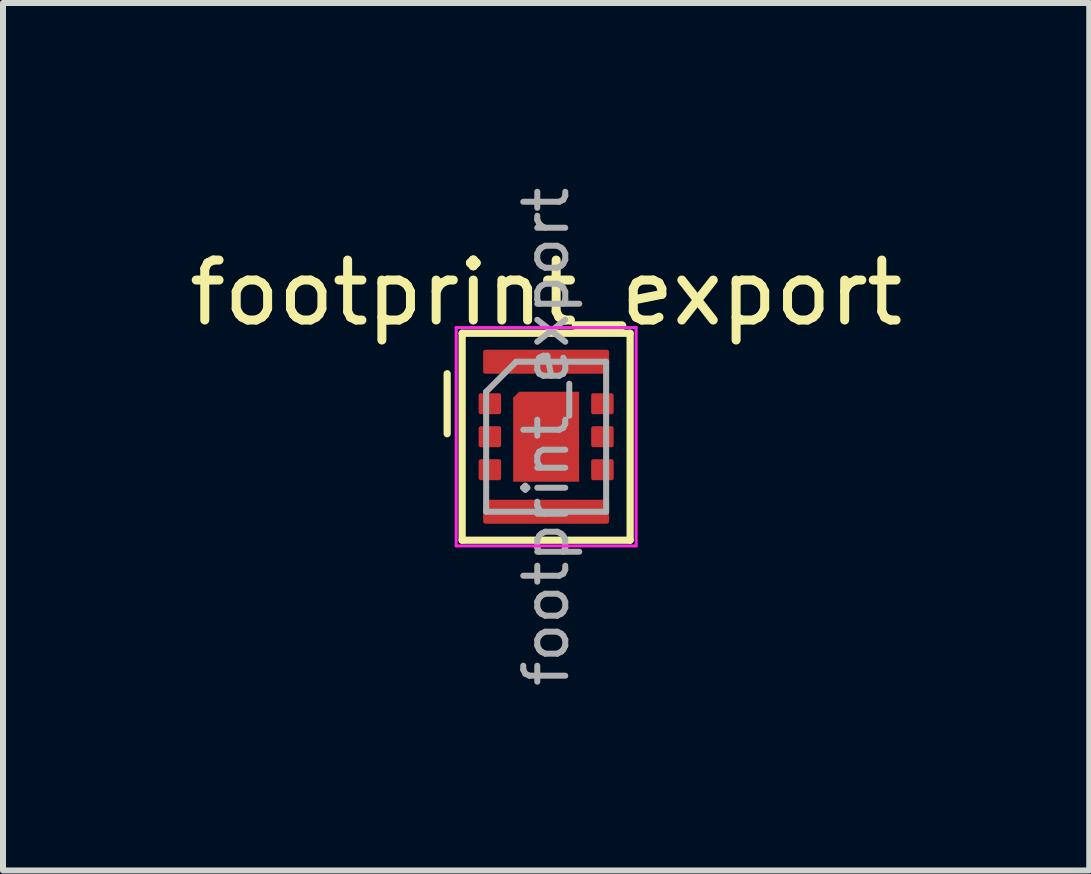
<source format=kicad_pcb>
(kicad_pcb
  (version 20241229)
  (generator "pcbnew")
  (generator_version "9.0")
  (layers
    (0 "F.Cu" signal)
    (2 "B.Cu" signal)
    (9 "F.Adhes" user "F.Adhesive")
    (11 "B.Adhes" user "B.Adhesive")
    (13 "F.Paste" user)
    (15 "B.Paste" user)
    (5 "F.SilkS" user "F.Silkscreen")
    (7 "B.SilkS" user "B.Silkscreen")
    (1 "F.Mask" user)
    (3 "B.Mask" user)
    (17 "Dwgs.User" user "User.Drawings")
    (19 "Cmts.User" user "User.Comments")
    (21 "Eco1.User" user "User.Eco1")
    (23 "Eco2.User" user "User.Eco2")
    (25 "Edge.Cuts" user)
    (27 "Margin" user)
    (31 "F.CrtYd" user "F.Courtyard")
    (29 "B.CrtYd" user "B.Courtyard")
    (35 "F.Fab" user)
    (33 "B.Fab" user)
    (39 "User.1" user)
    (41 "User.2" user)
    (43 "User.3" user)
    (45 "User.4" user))
  (footprint "footprint_export"
    (layer "F.Cu")
    (at 6.054 4.23)
    (property "Reference" "footprint_export" (at 0 -2.4 0) (layer "F.SilkS") (effects (font (size 1 1) (thickness 0.15))))
    (attr smd)
    (fp_line (start -1.65 -1.05) (end -1.65 -0.05) (stroke (width 0.12) (type default)) (layer "F.SilkS"))
    (fp_line (start -1.4 -1.725) (end -1.4 1.725) (stroke (width 0.12) (type default)) (layer "F.SilkS"))
    (fp_line (start -1.4 1.725) (end 1.4 1.725) (stroke (width 0.12) (type default)) (layer "F.SilkS"))
    (fp_line (start 1.4 -1.725) (end -1.4 -1.725) (stroke (width 0.12) (type default)) (layer "F.SilkS"))
    (fp_line (start 1.4 1.725) (end 1.4 -1.725) (stroke (width 0.12) (type default)) (layer "F.SilkS"))
    (fp_line (start -1.5 -1.82) (end -1.5 1.82) (stroke (width 0.05) (type default)) (layer "F.CrtYd"))
    (fp_line (start 1.5 -1.82) (end -1.5 -1.82) (stroke (width 0.05) (type default)) (layer "F.CrtYd"))
    (fp_line (start 1.5 -1.82) (end 1.5 1.82) (stroke (width 0.05) (type default)) (layer "F.CrtYd"))
    (fp_line (start 1.5 1.82) (end -1.5 1.82) (stroke (width 0.05) (type default)) (layer "F.CrtYd"))
    (fp_line (start -1 1.25) (end -1 -0.75) (stroke (width 0.1) (type default)) (layer "F.Fab"))
    (fp_line (start -0.5 -1.25) (end -1 -0.75) (stroke (width 0.1) (type default)) (layer "F.Fab"))
    (fp_line (start -0.5 -1.25) (end 1 -1.25) (stroke (width 0.1) (type default)) (layer "F.Fab"))
    (fp_line (start 1 -1.25) (end 1 1.25) (stroke (width 0.1) (type default)) (layer "F.Fab"))
    (fp_line (start 1 1.25) (end -1 1.25) (stroke (width 0.1) (type default)) (layer "F.Fab"))
    (fp_text user "${REFERENCE}" (at 0 0 270) (layer "F.Fab") (effects (font (size 0.7 0.7) (thickness 0.1))))
    (pad "" smd roundrect (at -0.95 -0.55) (size 0.3 0.3) (layers "F.Paste") (roundrect_rratio 0.1))
    (pad "" smd roundrect (at -0.95 0) (size 0.3 0.3) (layers "F.Paste") (roundrect_rratio 0.1))
    (pad "" smd roundrect (at -0.95 0.55) (size 0.3 0.3) (layers "F.Paste") (roundrect_rratio 0.1))
    (pad "" smd roundrect (at 0 -1.263) (size 2.05 0.325) (layers "F.Paste") (roundrect_rratio 0.1))
    (pad "" smd roundrect (at 0 -0.45) (size 0.9 0.4) (layers "F.Paste") (roundrect_rratio 0.1))
    (pad "" smd roundrect (at 0 0.45) (size 0.9 0.4) (layers "F.Paste") (roundrect_rratio 0.1))
    (pad "" smd roundrect (at 0 1.263) (size 2.05 0.325) (layers "F.Paste") (roundrect_rratio 0.1))
    (pad "" smd roundrect (at 0.95 -0.55) (size 0.3 0.3) (layers "F.Paste") (roundrect_rratio 0.1))
    (pad "" smd roundrect (at 0.95 0) (size 0.3 0.3) (layers "F.Paste") (roundrect_rratio 0.1))
    (pad "" smd roundrect (at 0.95 0.55) (size 0.3 0.3) (layers "F.Paste") (roundrect_rratio 0.1))
    (pad "1" smd roundrect (at -0.938 -0.55 270) (size 0.35 0.375) (layers "F.Cu" "F.Mask") (roundrect_rratio 0.1))
    (pad "2" smd roundrect (at -0.938 0 270) (size 0.35 0.375) (layers "F.Cu" "F.Mask") (roundrect_rratio 0.1))
    (pad "3" smd roundrect (at -0.938 0.55 270) (size 0.35 0.375) (layers "F.Cu" "F.Mask") (roundrect_rratio 0.1))
    (pad "4" smd roundrect (at 0.938 0.55 270) (size 0.35 0.375) (layers "F.Cu" "F.Mask") (roundrect_rratio 0.1))
    (pad "5" smd roundrect (at 0.938 0 270) (size 0.35 0.375) (layers "F.Cu" "F.Mask") (roundrect_rratio 0.1))
    (pad "6" smd roundrect (at 0.938 -0.55 270) (size 0.35 0.375) (layers "F.Cu" "F.Mask") (roundrect_rratio 0.1))
    (pad "7" smd roundrect (at 0 -1.25 270) (size 0.4 2.1) (layers "F.Cu" "F.Mask") (roundrect_rratio 0.1))
    (pad "8" smd roundrect (at 0 1.25 270) (size 0.4 2.1) (layers "F.Cu" "F.Mask") (roundrect_rratio 0.1))
    (pad "9" smd roundrect (at 0 0 270) (size 1.5 1.1) (layers "F.Cu" "F.Mask") (roundrect_rratio 0) (chamfer_ratio 0.091) (chamfer bottom_left)))
  (gr_rect
    (start -3 -3)
    (end 15.107 11.46)
    (stroke (width 0.1) (type default))
    (fill no)
    (layer "Edge.Cuts")))
</source>
